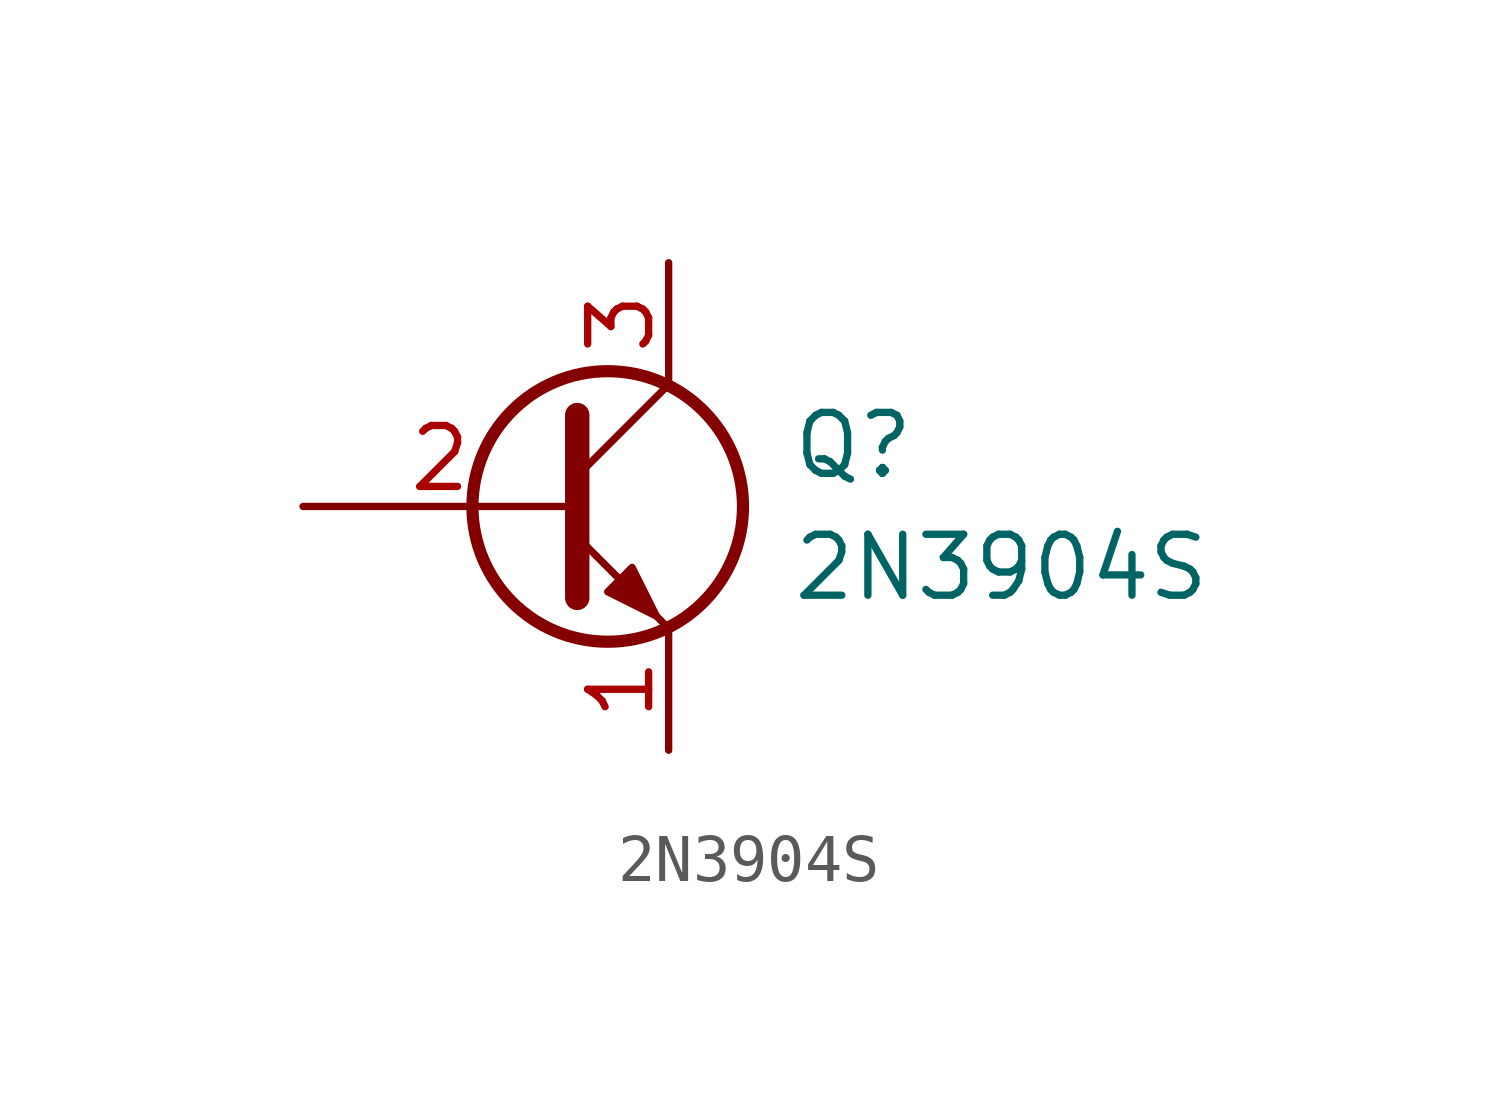
<source format=kicad_sym>
(kicad_symbol_lib
  (version 20211014)
  (generator kicad_symbol_editor)
  (symbol "2N3904S"
    (pin_names
      (offset 0) hide)
    (property "Reference" "Q"
      (at 5.08 1.27 0)
      (effects (font (size 1.27 1.27)) (justify left)))
    (property "Value" "2N3904S"
      (at 5.08 -1.27 0)
      (effects (font (size 1.27 1.27)) (justify left)))
    (symbol "2N3904S_0_1"
      (polyline (pts (xy 0.635 0.635) (xy 2.54 2.54)) (stroke (width 0) (type default) (color 0 0 0 0)) (fill (type none)))
      (polyline (pts (xy 0.635 -0.635) (xy 2.54 -2.54) (xy 2.54 -2.54)) (stroke (width 0) (type default) (color 0 0 0 0)) (fill (type none)))
      (polyline (pts (xy 0.635 1.905) (xy 0.635 -1.905) (xy 0.635 -1.905)) (stroke (width 0.508) (type default) (color 0 0 0 0)) (fill (type none)))
      (polyline (pts (xy 1.27 -1.778) (xy 1.778 -1.27) (xy 2.286 -2.286) (xy 1.27 -1.778) (xy 1.27 -1.778)) (stroke (width 0) (type default) (color 0 0 0 0)) (fill (type outline)))
      (circle (center 1.27 0) (radius 2.819) (stroke (width 0.254) (type default) (color 0 0 0 0)) (fill (type none))))
    (symbol "2N3904S_1_1"
      (pin passive line (at 2.54 -5.08 90) (length 2.54) (name "E" (effects (font (size 1.27 1.27)))) (number "1" (effects (font (size 1.27 1.27)))))
      (pin input line (at -5.08 0 0) (length 5.715) (name "B" (effects (font (size 1.27 1.27)))) (number "2" (effects (font (size 1.27 1.27)))))
      (pin passive line (at 2.54 5.08 270) (length 2.54) (name "C" (effects (font (size 1.27 1.27)))) (number "3" (effects (font (size 1.27 1.27))))))))
</source>
